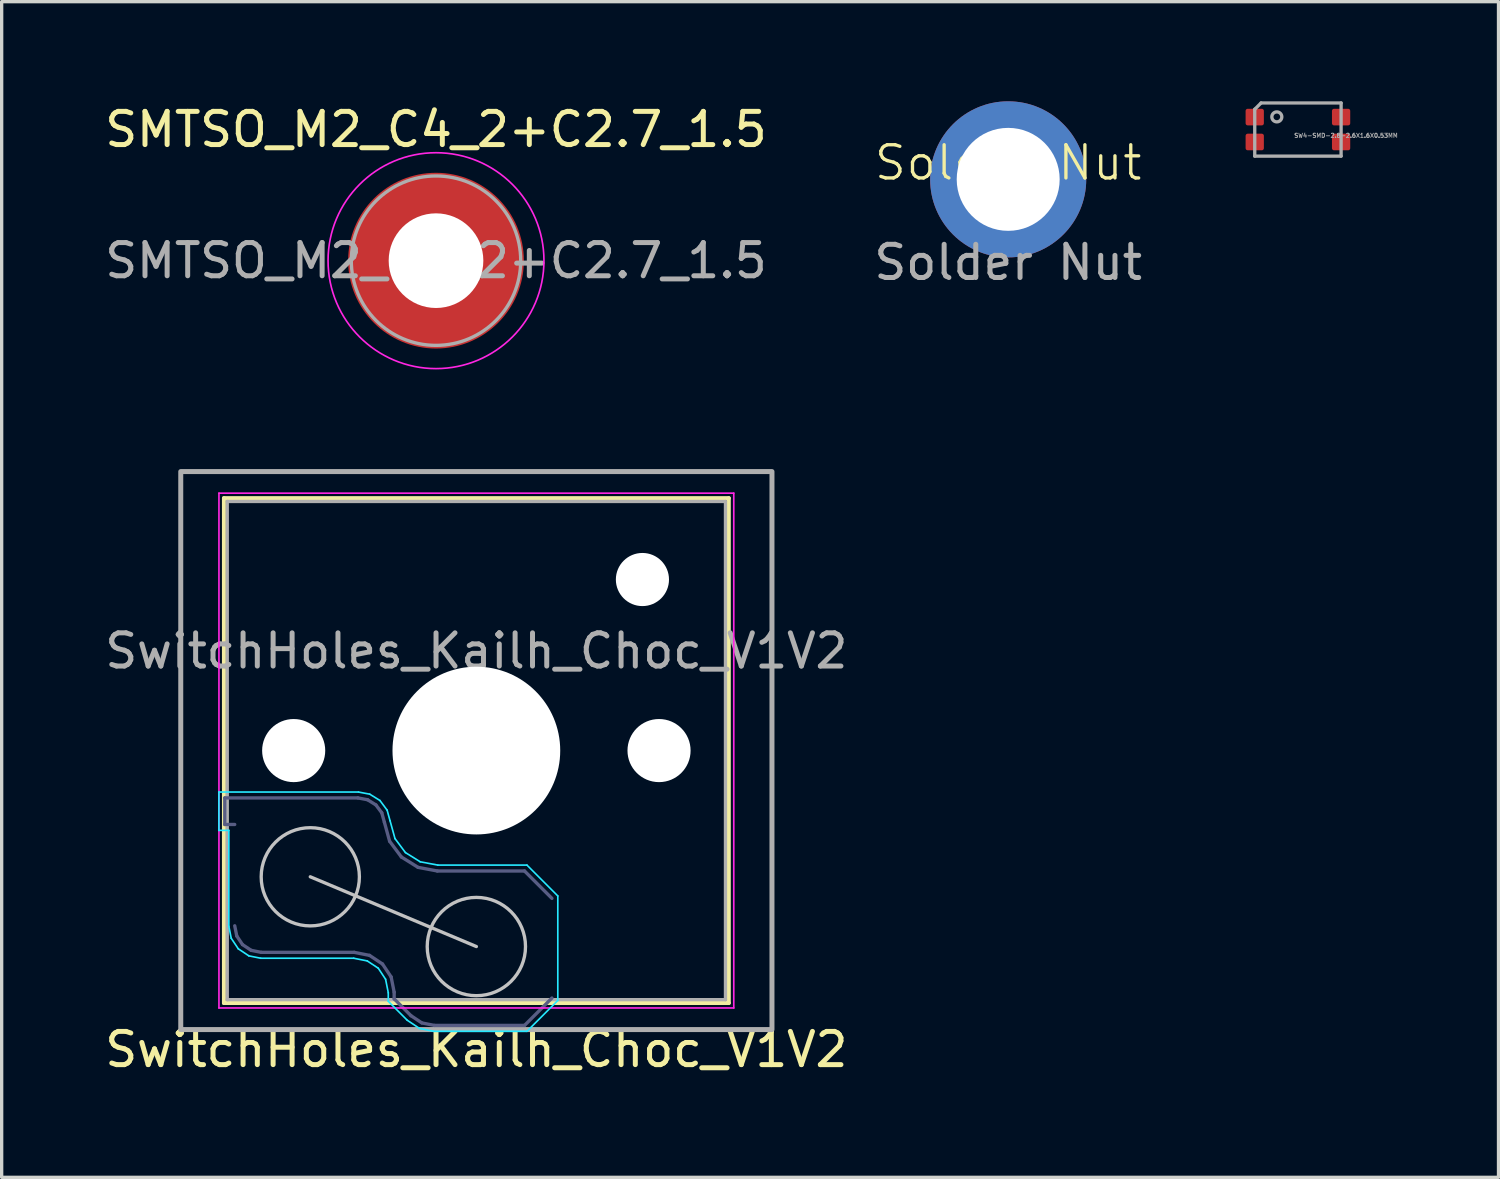
<source format=kicad_pcb>
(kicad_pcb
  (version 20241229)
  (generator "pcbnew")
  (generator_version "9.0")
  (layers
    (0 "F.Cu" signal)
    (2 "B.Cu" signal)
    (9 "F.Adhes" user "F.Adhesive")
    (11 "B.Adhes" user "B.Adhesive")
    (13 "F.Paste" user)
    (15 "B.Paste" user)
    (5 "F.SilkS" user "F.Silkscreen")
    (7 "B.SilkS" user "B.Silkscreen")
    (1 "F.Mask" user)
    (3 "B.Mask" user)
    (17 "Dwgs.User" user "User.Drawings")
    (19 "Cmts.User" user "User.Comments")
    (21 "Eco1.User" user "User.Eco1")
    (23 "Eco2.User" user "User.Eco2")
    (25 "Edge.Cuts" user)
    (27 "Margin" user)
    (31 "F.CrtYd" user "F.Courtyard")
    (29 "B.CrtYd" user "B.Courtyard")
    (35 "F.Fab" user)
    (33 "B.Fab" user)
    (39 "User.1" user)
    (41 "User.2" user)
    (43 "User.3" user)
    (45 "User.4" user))
  (footprint "SwitchHoles_Kailh_Choc_V1V2"
    (layer "F.Cu")
    (at 11.292 19.548)
    (property "Reference" "SwitchHoles_Kailh_Choc_V1V2" (at -0.000002 9 180) (layer "F.SilkS") (effects (font (size 1 1) (thickness 0.15))))
    (attr smd exclude_from_bom)
    (fp_line (start -7.6 -7.6) (end -7.6 7.6) (stroke (width 0.12) (type solid)) (layer "F.SilkS"))
    (fp_line (start -7.6 7.6) (end 7.6 7.6) (stroke (width 0.12) (type solid)) (layer "F.SilkS"))
    (fp_line (start 7.6 -7.6) (end -7.6 -7.6) (stroke (width 0.12) (type solid)) (layer "F.SilkS"))
    (fp_line (start 7.6 7.6) (end 7.6 -7.6) (stroke (width 0.12) (type solid)) (layer "F.SilkS"))
    (fp_line (start -5 3.8) (end 0 5.9) (stroke (width 0.1) (type default)) (layer "Dwgs.User"))
    (fp_circle (center -5 3.8) (end -3.62 4.33) (stroke (width 0.1) (type default)) (fill no) (layer "Dwgs.User"))
    (fp_circle (center 0 5.9) (end 1.43 5.52) (stroke (width 0.1) (type default)) (fill no) (layer "Dwgs.User"))
    (fp_line (start -7.25 7.25) (end 7.25 7.25) (stroke (width 0.1) (type solid)) (layer "Eco1.User"))
    (fp_line (start -7.25 -7.25) (end -7.25 7.25) (stroke (width 0.1) (type solid)) (layer "Eco1.User"))
    (fp_line (start 7.25 7.25) (end 7.25 -7.25) (stroke (width 0.1) (type solid)) (layer "Eco1.User"))
    (fp_line (start 7.25 -7.25) (end -7.25 -7.25) (stroke (width 0.1) (type solid)) (layer "Eco1.User"))
    (fp_line (start -7.752 2.402) (end -7.752 1.248) (stroke (width 0.05) (type solid)) (layer "B.CrtYd"))
    (fp_line (start -7.752 1.248) (end -3.55 1.248) (stroke (width 0.05) (type solid)) (layer "B.CrtYd"))
    (fp_line (start -7.452 2.402) (end -7.752 2.402) (stroke (width 0.05) (type solid)) (layer "B.CrtYd"))
    (fp_line (start -7.452 5.292) (end -7.452 2.402) (stroke (width 0.05) (type solid)) (layer "B.CrtYd"))
    (fp_line (start -7.381 5.65) (end -7.452 5.292) (stroke (width 0.05) (type solid)) (layer "B.CrtYd"))
    (fp_line (start -7.168 5.968) (end -7.381 5.65) (stroke (width 0.05) (type solid)) (layer "B.CrtYd"))
    (fp_line (start -6.85 6.181) (end -7.168 5.968) (stroke (width 0.05) (type solid)) (layer "B.CrtYd"))
    (fp_line (start -6.492 6.252) (end -6.85 6.181) (stroke (width 0.05) (type solid)) (layer "B.CrtYd"))
    (fp_line (start -3.692 6.252) (end -6.492 6.252) (stroke (width 0.05) (type solid)) (layer "B.CrtYd"))
    (fp_line (start -3.55 1.248) (end -3.211 1.312) (stroke (width 0.05) (type solid)) (layer "B.CrtYd"))
    (fp_line (start -3.285 6.333) (end -3.692 6.252) (stroke (width 0.05) (type solid)) (layer "B.CrtYd"))
    (fp_line (start -3.211 1.312) (end -2.903 1.503) (stroke (width 0.05) (type solid)) (layer "B.CrtYd"))
    (fp_line (start -2.953 6.553) (end -3.285 6.333) (stroke (width 0.05) (type solid)) (layer "B.CrtYd"))
    (fp_line (start -2.903 1.503) (end -2.687 1.794) (stroke (width 0.05) (type solid)) (layer "B.CrtYd"))
    (fp_line (start -2.733 6.885) (end -2.953 6.553) (stroke (width 0.05) (type solid)) (layer "B.CrtYd"))
    (fp_line (start -2.687 1.794) (end -2.599 2.111) (stroke (width 0.05) (type solid)) (layer "B.CrtYd"))
    (fp_line (start -2.652 7.292) (end -2.733 6.885) (stroke (width 0.05) (type solid)) (layer "B.CrtYd"))
    (fp_line (start -2.652 7.548) (end -2.652 7.292) (stroke (width 0.05) (type solid)) (layer "B.CrtYd"))
    (fp_line (start -2.599 2.111) (end -2.45 2.65) (stroke (width 0.05) (type solid)) (layer "B.CrtYd"))
    (fp_line (start -2.45 2.65) (end -2.136 3.071) (stroke (width 0.05) (type solid)) (layer "B.CrtYd"))
    (fp_line (start -2.136 3.071) (end -1.691 3.348) (stroke (width 0.05) (type solid)) (layer "B.CrtYd"))
    (fp_line (start -2.081 8.119) (end -2.652 7.548) (stroke (width 0.05) (type solid)) (layer "B.CrtYd"))
    (fp_line (start -1.712 8.366) (end -2.081 8.119) (stroke (width 0.05) (type solid)) (layer "B.CrtYd"))
    (fp_line (start -1.691 3.348) (end -1.159 3.448) (stroke (width 0.05) (type solid)) (layer "B.CrtYd"))
    (fp_line (start -1.278 8.452) (end -1.712 8.366) (stroke (width 0.05) (type solid)) (layer "B.CrtYd"))
    (fp_line (start -1.159 3.448) (end 1.523 3.448) (stroke (width 0.05) (type solid)) (layer "B.CrtYd"))
    (fp_line (start 1.523 8.452) (end -1.278 8.452) (stroke (width 0.05) (type solid)) (layer "B.CrtYd"))
    (fp_line (start 1.523 3.448) (end 2.452 4.377) (stroke (width 0.05) (type solid)) (layer "B.CrtYd"))
    (fp_line (start 2.452 7.523) (end 1.523 8.452) (stroke (width 0.05) (type solid)) (layer "B.CrtYd"))
    (fp_line (start 2.452 4.377) (end 2.452 7.523) (stroke (width 0.05) (type solid)) (layer "B.CrtYd"))
    (fp_line (start -7.75 7.75) (end 7.75 7.75) (stroke (width 0.05) (type solid)) (layer "F.CrtYd"))
    (fp_line (start -7.75 -7.75) (end -7.75 7.75) (stroke (width 0.05) (type solid)) (layer "F.CrtYd"))
    (fp_line (start 7.75 7.75) (end 7.75 -7.75) (stroke (width 0.05) (type solid)) (layer "F.CrtYd"))
    (fp_line (start 7.75 -7.75) (end -7.75 -7.75) (stroke (width 0.05) (type solid)) (layer "F.CrtYd"))
    (fp_line (start -7.575 2.225) (end -7.575 1.425) (stroke (width 0.1) (type solid)) (layer "B.Fab"))
    (fp_line (start -7.575 1.425) (end -3.567 1.425) (stroke (width 0.1) (type solid)) (layer "B.Fab"))
    (fp_line (start -7.275 2.225) (end -7.575 2.225) (stroke (width 0.1) (type solid)) (layer "B.Fab"))
    (fp_line (start -7.214 5.581) (end -7.275 5.275) (stroke (width 0.1) (type solid)) (layer "B.Fab"))
    (fp_line (start -7.041 5.841) (end -7.214 5.581) (stroke (width 0.1) (type solid)) (layer "B.Fab"))
    (fp_line (start -6.781 6.014) (end -7.041 5.841) (stroke (width 0.1) (type solid)) (layer "B.Fab"))
    (fp_line (start -6.475 6.075) (end -6.781 6.014) (stroke (width 0.1) (type solid)) (layer "B.Fab"))
    (fp_line (start -3.675 6.075) (end -6.475 6.075) (stroke (width 0.1) (type solid)) (layer "B.Fab"))
    (fp_line (start -3.567 1.425) (end -3.276 1.48) (stroke (width 0.1) (type solid)) (layer "B.Fab"))
    (fp_line (start -3.276 1.48) (end -3.025 1.636) (stroke (width 0.1) (type solid)) (layer "B.Fab"))
    (fp_line (start -3.216 6.166) (end -3.675 6.075) (stroke (width 0.1) (type solid)) (layer "B.Fab"))
    (fp_line (start -3.025 1.636) (end -2.848 1.873) (stroke (width 0.1) (type solid)) (layer "B.Fab"))
    (fp_line (start -2.848 1.873) (end -2.769 2.158) (stroke (width 0.1) (type solid)) (layer "B.Fab"))
    (fp_line (start -2.826 6.426) (end -3.216 6.166) (stroke (width 0.1) (type solid)) (layer "B.Fab"))
    (fp_line (start -2.769 2.158) (end -2.612 2.729) (stroke (width 0.1) (type solid)) (layer "B.Fab"))
    (fp_line (start -2.612 2.729) (end -2.258 3.203) (stroke (width 0.1) (type solid)) (layer "B.Fab"))
    (fp_line (start -2.566 6.816) (end -2.826 6.426) (stroke (width 0.1) (type solid)) (layer "B.Fab"))
    (fp_line (start -2.475 7.275) (end -2.566 6.816) (stroke (width 0.1) (type solid)) (layer "B.Fab"))
    (fp_line (start -2.475 7.475) (end -2.475 7.275) (stroke (width 0.1) (type solid)) (layer "B.Fab"))
    (fp_line (start -2.258 3.203) (end -1.756 3.516) (stroke (width 0.1) (type solid)) (layer "B.Fab"))
    (fp_line (start -1.968 7.982) (end -2.475 7.475) (stroke (width 0.1) (type solid)) (layer "B.Fab"))
    (fp_line (start -1.756 3.516) (end -1.175 3.625) (stroke (width 0.1) (type solid)) (layer "B.Fab"))
    (fp_line (start -1.643 8.199) (end -1.968 7.982) (stroke (width 0.1) (type solid)) (layer "B.Fab"))
    (fp_line (start -1.261 8.275) (end -1.643 8.199) (stroke (width 0.1) (type solid)) (layer "B.Fab"))
    (fp_line (start -1.175 3.625) (end 1.45 3.625) (stroke (width 0.1) (type solid)) (layer "B.Fab"))
    (fp_line (start 1.45 3.625) (end 2.275 4.45) (stroke (width 0.1) (type solid)) (layer "B.Fab"))
    (fp_line (start 1.45 8.275) (end -1.261 8.275) (stroke (width 0.1) (type solid)) (layer "B.Fab"))
    (fp_line (start 2.275 7.45) (end 1.45 8.275) (stroke (width 0.1) (type solid)) (layer "B.Fab"))
    (fp_line (start -7.5 -7.5) (end -7.5 7.5) (stroke (width 0.1) (type solid)) (layer "F.Fab"))
    (fp_line (start -7.5 7.5) (end 7.5 7.5) (stroke (width 0.1) (type solid)) (layer "F.Fab"))
    (fp_line (start 7.5 -7.5) (end -7.5 -7.5) (stroke (width 0.1) (type solid)) (layer "F.Fab"))
    (fp_line (start 7.5 7.5) (end 7.5 -7.5) (stroke (width 0.1) (type solid)) (layer "F.Fab"))
    (fp_poly (pts (xy -8.9 -8.4) (xy 8.9 -8.4) (xy 8.9 8.4) (xy -8.9 8.4)) (stroke (width 0.15) (type solid)) (fill no) (layer "F.Fab"))
    (fp_text user "${REFERENCE}" (at -0.000001 -3 180) (layer "F.Fab") (effects (font (size 1 1) (thickness 0.15))))
    (pad "" np_thru_hole circle (at -5.5 0 180) (size 1.9 1.9) (drill 1.9) (layers "*.Cu" "*.Mask"))
    (pad "" np_thru_hole circle (at 0 0 180) (size 5.05 5.05) (drill 5.05) (layers "*.Cu" "*.Mask"))
    (pad "" np_thru_hole circle (at 5 -5.15 180) (size 1.6 1.6) (drill 1.6) (layers "*.Cu" "*.Mask"))
    (pad "" np_thru_hole circle (at 5.5 0 180) (size 1.9 1.9) (drill 1.9) (layers "*.Cu" "*.Mask")))
  (footprint "Solder Nut"
    (layer "F.Cu")
    (at 27.304 2.35)
    (property "Reference" "Solder Nut" (at 0 -0.5 0) (unlocked yes) (layer "F.SilkS") (effects (font (size 1 1) (thickness 0.1))))
    (attr through_hole)
    (fp_text user "${REFERENCE}" (at 0 2.5 0) (unlocked yes) (layer "F.Fab") (effects (font (size 1 1) (thickness 0.15))))
    (pad "1" thru_hole circle (at 0 0) (size 4.7 4.7) (drill 3.1) (layers "*.Cu" "*.Mask")))
  (footprint "SW4-SMD-2.8-2.6X1.6X0.53MM"
    (layer "F.Cu")
    (at 36.027 0.85)
    (property "Reference" "SW4-SMD-2.8-2.6X1.6X0.53MM" (at -0.127 0.254 0) (unlocked yes) (layer "F.Fab") (effects (font (size 0.127 0.127) (thickness 0.025)) (justify left bottom)))
    (fp_line (start -1.3 -0.61) (end -1.3 0.8) (stroke (width 0.1) (type solid)) (layer "F.Fab"))
    (fp_line (start -1.3 0.8) (end 1.3 0.8) (stroke (width 0.1) (type solid)) (layer "F.Fab"))
    (fp_line (start -1.109 -0.8) (end -1.3 -0.61) (stroke (width 0.1) (type solid)) (layer "F.Fab"))
    (fp_line (start 1.3 -0.8) (end -1.109 -0.8) (stroke (width 0.1) (type solid)) (layer "F.Fab"))
    (fp_line (start 1.3 0.8) (end 1.3 -0.8) (stroke (width 0.1) (type solid)) (layer "F.Fab"))
    (fp_circle (center -0.635 -0.381) (end -0.485 -0.381) (stroke (width 0.1) (type solid)) (fill no) (layer "F.Fab"))
    (pad "1" smd roundrect (at -1.3 -0.375) (size 0.55 0.5) (layers "F.Cu" "F.Mask" "F.Paste") (roundrect_rratio 0.125))
    (pad "2" smd roundrect (at 1.3 -0.375) (size 0.55 0.5) (layers "F.Cu" "F.Mask" "F.Paste") (roundrect_rratio 0.125))
    (pad "3" smd roundrect (at -1.3 0.375) (size 0.55 0.5) (layers "F.Cu" "F.Mask" "F.Paste") (roundrect_rratio 0.125))
    (pad "4" smd roundrect (at 1.3 0.375) (size 0.55 0.5) (layers "F.Cu" "F.Mask" "F.Paste") (roundrect_rratio 0.125)))
  (footprint "SMTSO_M2_C4_2+C2.7_1.5"
    (layer "F.Cu")
    (at 10.077 4.798)
    (property "Reference" "SMTSO_M2_C4_2+C2.7_1.5" (at 0 -3.95 0) (layer "F.SilkS") (effects (font (size 1 1) (thickness 0.15))))
    (attr smd allow_soldermask_bridges)
    (fp_circle (center 0 0) (end -0.67 1.88) (stroke (width 1.3) (type solid)) (fill no) (layer "F.Cu"))
    (fp_circle (center 0 0) (end 3.25 0) (stroke (width 0.05) (type solid)) (fill no) (layer "F.CrtYd"))
    (fp_circle (center 0 0) (end 2.55 0) (stroke (width 0.1) (type solid)) (fill no) (layer "F.Fab"))
    (fp_text user "${REFERENCE}" (at 0 0 0) (layer "F.Fab") (effects (font (size 1 1) (thickness 0.15))))
    (pad "" smd custom (at -1.45 -1.45) (size 0.51 0.51) (layers "F.Paste") (options (anchor circle)) (primitives (gr_arc (start -0.991463 1.279127) (mid -0.225488 -0.225488) (end 1.279127 -0.991463) (width 0.2)) (gr_arc (start -1.083663 1.279127) (mid -0.289914 -0.289914) (end 1.279127 -1.083663) (width 0.2)) (gr_line (start -0.25 1.279) (end -1.084 1.279) (width 0.2)) (gr_line (start 1.279 -0.25) (end 1.279 -1.084) (width 0.2)) (gr_arc (start -0.899187 1.279127) (mid -0.161063 -0.161063) (end 1.279127 -0.899187) (width 0.2)) (gr_arc (start -0.806826 1.279127) (mid -0.096638 -0.096638) (end 1.279127 -0.806826) (width 0.2)) (gr_arc (start -0.71437 1.279127) (mid -0.032213 -0.032213) (end 1.279127 -0.71437) (width 0.2)) (gr_arc (start -0.621807 1.279127) (mid 0.032213 0.032213) (end 1.279127 -0.621807) (width 0.2)) (gr_arc (start -0.529126 1.279127) (mid 0.096638 0.096638) (end 1.279127 -0.529126) (width 0.2)) (gr_arc (start -0.436309 1.279127) (mid 0.161063 0.161063) (end 1.279127 -0.436309) (width 0.2)) (gr_arc (start -0.34334 1.279127) (mid 0.225488 0.225488) (end 1.279127 -0.34334) (width 0.2)) (gr_arc (start -0.250195 1.279127) (mid 0.289914 0.289914) (end 1.279127 -0.250195) (width 0.2))))
    (pad "" smd custom (at -1.44 1.42) (size 0.51 0.51) (layers "F.Paste") (options (anchor circle)) (primitives (gr_arc (start 1.279127 0.250195) (mid 0.289914 -0.289914) (end -0.250195 -1.279127) (width 0.2)) (gr_arc (start 1.279127 0.34334) (mid 0.225488 -0.225488) (end -0.34334 -1.279127) (width 0.2)) (gr_arc (start 1.279127 0.436309) (mid 0.161063 -0.161063) (end -0.436309 -1.279127) (width 0.2)) (gr_arc (start 1.279127 0.529126) (mid 0.096638 -0.096638) (end -0.529126 -1.279127) (width 0.2)) (gr_arc (start 1.279127 0.621807) (mid 0.032213 -0.032213) (end -0.621807 -1.279127) (width 0.2)) (gr_arc (start 1.279127 0.71437) (mid -0.032213 0.032213) (end -0.71437 -1.279127) (width 0.2)) (gr_arc (start 1.279127 0.806826) (mid -0.096638 0.096638) (end -0.806826 -1.279127) (width 0.2)) (gr_arc (start 1.279127 0.899187) (mid -0.161063 0.161063) (end -0.899187 -1.279127) (width 0.2)) (gr_arc (start 1.279127 0.991463) (mid -0.225488 0.225488) (end -0.991463 -1.279127) (width 0.2)) (gr_arc (start 1.279127 1.083663) (mid -0.289914 0.289914) (end -1.083663 -1.279127) (width 0.2)) (gr_line (start -0.25 -1.279) (end -1.084 -1.279) (width 0.2)) (gr_line (start 1.279 0.25) (end 1.279 1.084) (width 0.2))))
    (pad "" np_thru_hole circle (at 0 0) (size 2.85 2.85) (drill 2.85) (layers "*.Cu" "*.Mask"))
    (pad "" smd custom (at 1.44 -1.44) (size 0.51 0.51) (layers "F.Paste") (options (anchor circle)) (primitives (gr_arc (start -1.279127 -0.250195) (mid -0.289914 0.289914) (end 0.250195 1.279127) (width 0.2)) (gr_arc (start -1.279127 -0.34334) (mid -0.225488 0.225488) (end 0.34334 1.279127) (width 0.2)) (gr_arc (start -1.279127 -0.436309) (mid -0.161063 0.161063) (end 0.436309 1.279127) (width 0.2)) (gr_arc (start -1.279127 -0.529126) (mid -0.096638 0.096638) (end 0.529126 1.279127) (width 0.2)) (gr_arc (start -1.279127 -0.621807) (mid -0.032213 0.032213) (end 0.621807 1.279127) (width 0.2)) (gr_arc (start -1.279127 -0.71437) (mid 0.032213 -0.032213) (end 0.71437 1.279127) (width 0.2)) (gr_arc (start -1.279127 -0.806826) (mid 0.096638 -0.096638) (end 0.806826 1.279127) (width 0.2)) (gr_arc (start -1.279127 -0.899187) (mid 0.161063 -0.161063) (end 0.899187 1.279127) (width 0.2)) (gr_arc (start -1.279127 -0.991463) (mid 0.225488 -0.225488) (end 0.991463 1.279127) (width 0.2)) (gr_arc (start -1.279127 -1.083663) (mid 0.289914 -0.289914) (end 1.083663 1.279127) (width 0.2)) (gr_line (start 0.25 1.279) (end 1.084 1.279) (width 0.2)) (gr_line (start -1.279 -0.25) (end -1.279 -1.084) (width 0.2))))
    (pad "" smd custom (at 1.44 1.42) (size 0.51 0.51) (layers "F.Paste") (options (anchor circle)) (primitives (gr_arc (start 0.250195 -1.279127) (mid -0.289914 -0.289914) (end -1.279127 0.250195) (width 0.2)) (gr_arc (start 0.34334 -1.279127) (mid -0.225488 -0.225488) (end -1.279127 0.34334) (width 0.2)) (gr_arc (start 0.436309 -1.279127) (mid -0.161063 -0.161063) (end -1.279127 0.436309) (width 0.2)) (gr_arc (start 0.529126 -1.279127) (mid -0.096638 -0.096638) (end -1.279127 0.529126) (width 0.2)) (gr_arc (start 0.621807 -1.279127) (mid -0.032213 -0.032213) (end -1.279127 0.621807) (width 0.2)) (gr_arc (start 0.71437 -1.279127) (mid 0.032213 0.032213) (end -1.279127 0.71437) (width 0.2)) (gr_arc (start 0.806826 -1.279127) (mid 0.096638 0.096638) (end -1.279127 0.806826) (width 0.2)) (gr_arc (start 0.899187 -1.279127) (mid 0.161063 0.161063) (end -1.279127 0.899187) (width 0.2)) (gr_arc (start 0.991463 -1.279127) (mid 0.225488 0.225488) (end -1.279127 0.991463) (width 0.2)) (gr_arc (start 1.083663 -1.279127) (mid 0.289914 0.289914) (end -1.279127 1.083663) (width 0.2)) (gr_line (start -1.279 0.25) (end -1.279 1.084) (width 0.2)) (gr_line (start 0.25 -1.279) (end 1.084 -1.279) (width 0.2))))
    (pad "1" smd circle (at -1.996 0) (size 0.999 0.999) (layers "F.Cu"))
    (pad "1" smd circle (at 0 -1.996) (size 0.642 0.642) (layers "F.Cu"))
    (pad "1" smd circle (at 0 1.996) (size 1.1 1.1) (layers "F.Cu"))
    (pad "1" smd circle (at 1.996 0) (size 1 1) (layers "F.Cu")))
  (gr_rect
    (start -3 -3)
    (end 42.066 32.396)
    (stroke (width 0.1) (type default))
    (fill no)
    (layer "Edge.Cuts")))
</source>
